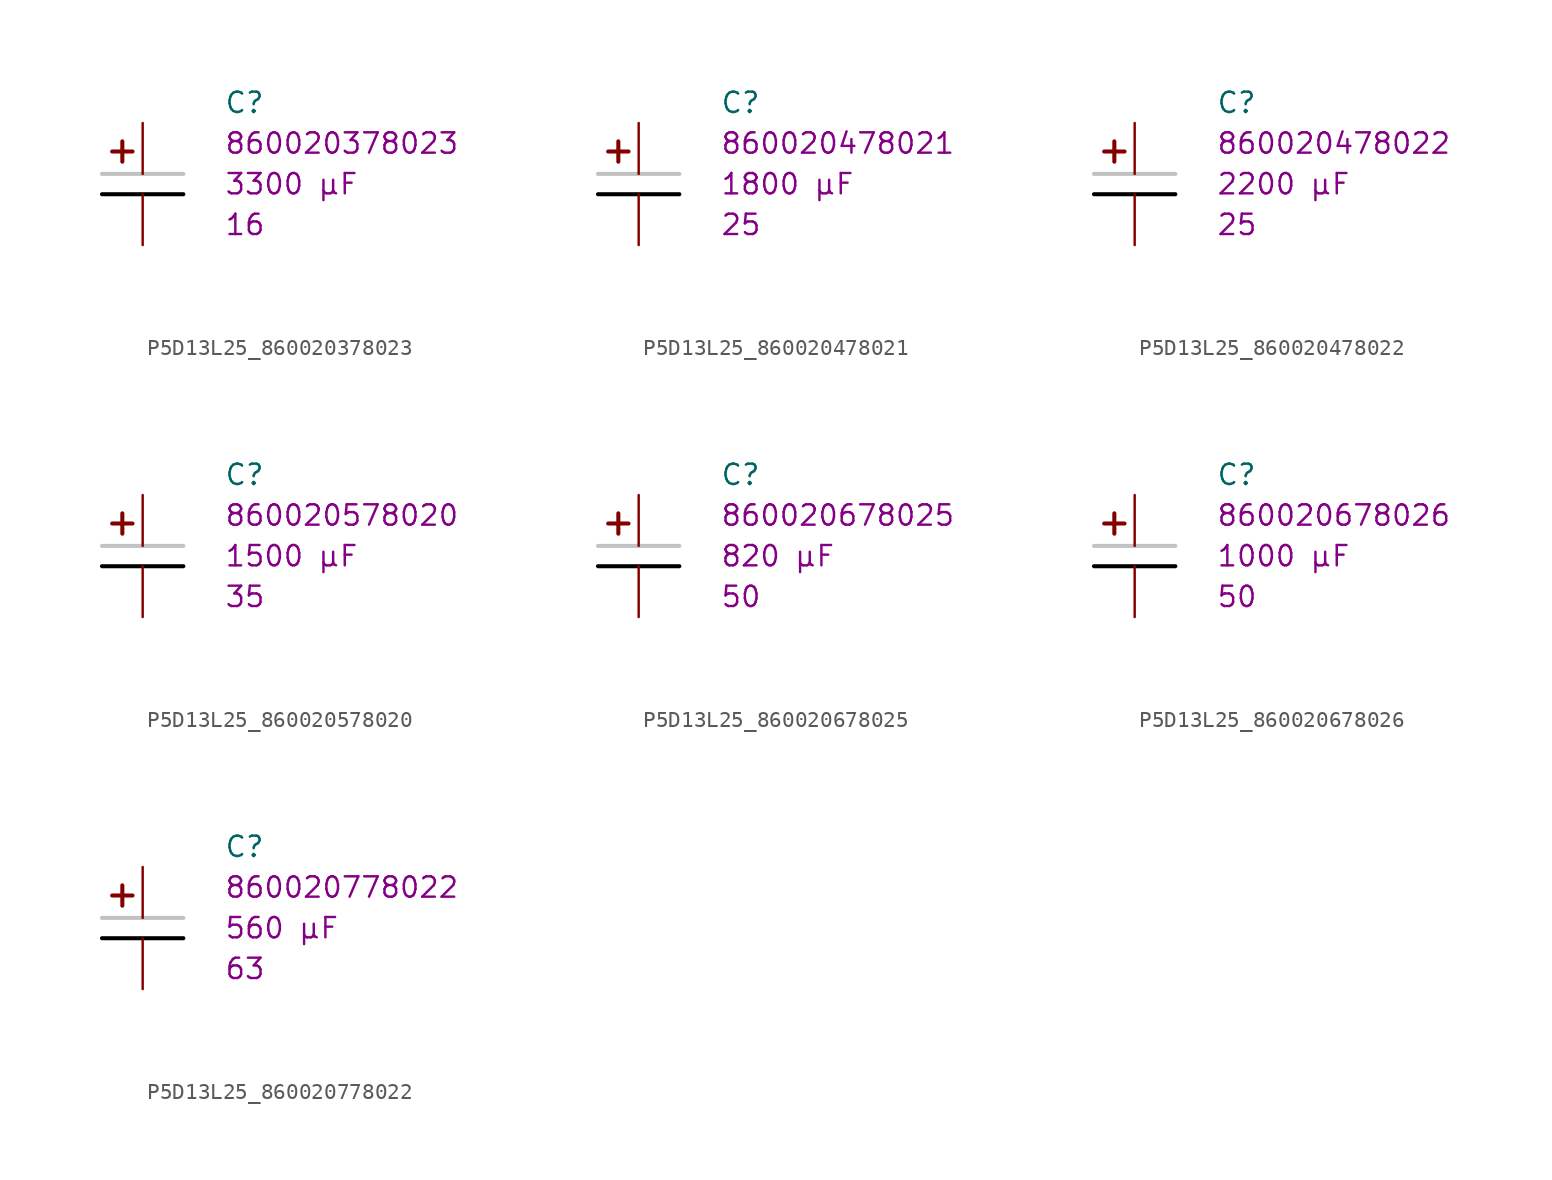
<source format=kicad_sym>
(kicad_symbol_lib
  (version 20220914)
  (generator kicad_symbol_editor)
  (symbol "P5D13L25_860020378023"
    (pin_numbers hide)
    (pin_names hide)
    (property "Reference" "C"
      (at 5.08 5.08 0)
      (effects (font (size 1.27 1.27)) (justify left)))
    (property "Part Number" "860020378023"
      (at 5.08 2.54 0)
      (effects (font (size 1.27 1.27)) (justify left)))
    (property "Capacitance" "3300 µF"
      (at 5.08 0 0)
      (effects (font (size 1.27 1.27)) (justify left)))
    (property "Voltage" "16"
      (at 5.08 -2.54 0)
      (effects (font (size 1.27 1.27)) (justify left)))
    (property "Critical Parameter" ""
      (at 0 -7.62 0)
      (effects (font (size 1.27 1.27))))
    (symbol "P5D13L25_860020378023_1_1"
      (polyline (pts (xy -1.27 2.667) (xy -1.27 1.397)) (stroke (width 0.254) (type default)) (fill (type none)))
      (polyline (pts (xy -0.635 2.032) (xy -1.905 2.032)) (stroke (width 0.254) (type default)) (fill (type none)))
      (polyline (pts (xy 2.54 -0.635) (xy -2.54 -0.635)) (stroke (width 0.254) (type default) (color 0 0 0 1)) (fill (type none)))
      (polyline (pts (xy 2.54 0.635) (xy -2.54 0.635)) (stroke (width 0.254) (type default) (color 194 194 194 1)) (fill (type none)))
      (pin passive line (at 0 3.81 270) (length 3.175) (name "1" (effects (font (size 1.27 1.27)))) (number "1" (effects (font (size 1.27 1.27)))))
      (pin passive line (at 0 -3.81 90) (length 3.175) (name "2" (effects (font (size 1.27 1.27)))) (number "2" (effects (font (size 1.27 1.27)))))))
  (symbol "P5D13L25_860020478021"
    (pin_numbers hide)
    (pin_names hide)
    (property "Reference" "C"
      (at 5.08 5.08 0)
      (effects (font (size 1.27 1.27)) (justify left)))
    (property "Part Number" "860020478021"
      (at 5.08 2.54 0)
      (effects (font (size 1.27 1.27)) (justify left)))
    (property "Capacitance" "1800 µF"
      (at 5.08 0 0)
      (effects (font (size 1.27 1.27)) (justify left)))
    (property "Voltage" "25"
      (at 5.08 -2.54 0)
      (effects (font (size 1.27 1.27)) (justify left)))
    (property "Critical Parameter" ""
      (at 0 -7.62 0)
      (effects (font (size 1.27 1.27))))
    (symbol "P5D13L25_860020478021_1_1"
      (polyline (pts (xy -1.27 2.667) (xy -1.27 1.397)) (stroke (width 0.254) (type default)) (fill (type none)))
      (polyline (pts (xy -0.635 2.032) (xy -1.905 2.032)) (stroke (width 0.254) (type default)) (fill (type none)))
      (polyline (pts (xy 2.54 -0.635) (xy -2.54 -0.635)) (stroke (width 0.254) (type default) (color 0 0 0 1)) (fill (type none)))
      (polyline (pts (xy 2.54 0.635) (xy -2.54 0.635)) (stroke (width 0.254) (type default) (color 194 194 194 1)) (fill (type none)))
      (pin passive line (at 0 3.81 270) (length 3.175) (name "1" (effects (font (size 1.27 1.27)))) (number "1" (effects (font (size 1.27 1.27)))))
      (pin passive line (at 0 -3.81 90) (length 3.175) (name "2" (effects (font (size 1.27 1.27)))) (number "2" (effects (font (size 1.27 1.27)))))))
  (symbol "P5D13L25_860020478022"
    (pin_numbers hide)
    (pin_names hide)
    (property "Reference" "C"
      (at 5.08 5.08 0)
      (effects (font (size 1.27 1.27)) (justify left)))
    (property "Part Number" "860020478022"
      (at 5.08 2.54 0)
      (effects (font (size 1.27 1.27)) (justify left)))
    (property "Capacitance" "2200 µF"
      (at 5.08 0 0)
      (effects (font (size 1.27 1.27)) (justify left)))
    (property "Voltage" "25"
      (at 5.08 -2.54 0)
      (effects (font (size 1.27 1.27)) (justify left)))
    (property "Critical Parameter" ""
      (at 0 -7.62 0)
      (effects (font (size 1.27 1.27))))
    (symbol "P5D13L25_860020478022_1_1"
      (polyline (pts (xy -1.27 2.667) (xy -1.27 1.397)) (stroke (width 0.254) (type default)) (fill (type none)))
      (polyline (pts (xy -0.635 2.032) (xy -1.905 2.032)) (stroke (width 0.254) (type default)) (fill (type none)))
      (polyline (pts (xy 2.54 -0.635) (xy -2.54 -0.635)) (stroke (width 0.254) (type default) (color 0 0 0 1)) (fill (type none)))
      (polyline (pts (xy 2.54 0.635) (xy -2.54 0.635)) (stroke (width 0.254) (type default) (color 194 194 194 1)) (fill (type none)))
      (pin passive line (at 0 3.81 270) (length 3.175) (name "1" (effects (font (size 1.27 1.27)))) (number "1" (effects (font (size 1.27 1.27)))))
      (pin passive line (at 0 -3.81 90) (length 3.175) (name "2" (effects (font (size 1.27 1.27)))) (number "2" (effects (font (size 1.27 1.27)))))))
  (symbol "P5D13L25_860020578020"
    (pin_numbers hide)
    (pin_names hide)
    (property "Reference" "C"
      (at 5.08 5.08 0)
      (effects (font (size 1.27 1.27)) (justify left)))
    (property "Part Number" "860020578020"
      (at 5.08 2.54 0)
      (effects (font (size 1.27 1.27)) (justify left)))
    (property "Capacitance" "1500 µF"
      (at 5.08 0 0)
      (effects (font (size 1.27 1.27)) (justify left)))
    (property "Voltage" "35"
      (at 5.08 -2.54 0)
      (effects (font (size 1.27 1.27)) (justify left)))
    (property "Critical Parameter" ""
      (at 0 -7.62 0)
      (effects (font (size 1.27 1.27))))
    (symbol "P5D13L25_860020578020_1_1"
      (polyline (pts (xy -1.27 2.667) (xy -1.27 1.397)) (stroke (width 0.254) (type default)) (fill (type none)))
      (polyline (pts (xy -0.635 2.032) (xy -1.905 2.032)) (stroke (width 0.254) (type default)) (fill (type none)))
      (polyline (pts (xy 2.54 -0.635) (xy -2.54 -0.635)) (stroke (width 0.254) (type default) (color 0 0 0 1)) (fill (type none)))
      (polyline (pts (xy 2.54 0.635) (xy -2.54 0.635)) (stroke (width 0.254) (type default) (color 194 194 194 1)) (fill (type none)))
      (pin passive line (at 0 3.81 270) (length 3.175) (name "1" (effects (font (size 1.27 1.27)))) (number "1" (effects (font (size 1.27 1.27)))))
      (pin passive line (at 0 -3.81 90) (length 3.175) (name "2" (effects (font (size 1.27 1.27)))) (number "2" (effects (font (size 1.27 1.27)))))))
  (symbol "P5D13L25_860020678025"
    (pin_numbers hide)
    (pin_names hide)
    (property "Reference" "C"
      (at 5.08 5.08 0)
      (effects (font (size 1.27 1.27)) (justify left)))
    (property "Part Number" "860020678025"
      (at 5.08 2.54 0)
      (effects (font (size 1.27 1.27)) (justify left)))
    (property "Capacitance" "820 µF"
      (at 5.08 0 0)
      (effects (font (size 1.27 1.27)) (justify left)))
    (property "Voltage" "50"
      (at 5.08 -2.54 0)
      (effects (font (size 1.27 1.27)) (justify left)))
    (property "Critical Parameter" ""
      (at 0 -7.62 0)
      (effects (font (size 1.27 1.27))))
    (symbol "P5D13L25_860020678025_1_1"
      (polyline (pts (xy -1.27 2.667) (xy -1.27 1.397)) (stroke (width 0.254) (type default)) (fill (type none)))
      (polyline (pts (xy -0.635 2.032) (xy -1.905 2.032)) (stroke (width 0.254) (type default)) (fill (type none)))
      (polyline (pts (xy 2.54 -0.635) (xy -2.54 -0.635)) (stroke (width 0.254) (type default) (color 0 0 0 1)) (fill (type none)))
      (polyline (pts (xy 2.54 0.635) (xy -2.54 0.635)) (stroke (width 0.254) (type default) (color 194 194 194 1)) (fill (type none)))
      (pin passive line (at 0 3.81 270) (length 3.175) (name "1" (effects (font (size 1.27 1.27)))) (number "1" (effects (font (size 1.27 1.27)))))
      (pin passive line (at 0 -3.81 90) (length 3.175) (name "2" (effects (font (size 1.27 1.27)))) (number "2" (effects (font (size 1.27 1.27)))))))
  (symbol "P5D13L25_860020678026"
    (pin_numbers hide)
    (pin_names hide)
    (property "Reference" "C"
      (at 5.08 5.08 0)
      (effects (font (size 1.27 1.27)) (justify left)))
    (property "Part Number" "860020678026"
      (at 5.08 2.54 0)
      (effects (font (size 1.27 1.27)) (justify left)))
    (property "Capacitance" "1000 µF"
      (at 5.08 0 0)
      (effects (font (size 1.27 1.27)) (justify left)))
    (property "Voltage" "50"
      (at 5.08 -2.54 0)
      (effects (font (size 1.27 1.27)) (justify left)))
    (property "Critical Parameter" ""
      (at 0 -7.62 0)
      (effects (font (size 1.27 1.27))))
    (symbol "P5D13L25_860020678026_1_1"
      (polyline (pts (xy -1.27 2.667) (xy -1.27 1.397)) (stroke (width 0.254) (type default)) (fill (type none)))
      (polyline (pts (xy -0.635 2.032) (xy -1.905 2.032)) (stroke (width 0.254) (type default)) (fill (type none)))
      (polyline (pts (xy 2.54 -0.635) (xy -2.54 -0.635)) (stroke (width 0.254) (type default) (color 0 0 0 1)) (fill (type none)))
      (polyline (pts (xy 2.54 0.635) (xy -2.54 0.635)) (stroke (width 0.254) (type default) (color 194 194 194 1)) (fill (type none)))
      (pin passive line (at 0 3.81 270) (length 3.175) (name "1" (effects (font (size 1.27 1.27)))) (number "1" (effects (font (size 1.27 1.27)))))
      (pin passive line (at 0 -3.81 90) (length 3.175) (name "2" (effects (font (size 1.27 1.27)))) (number "2" (effects (font (size 1.27 1.27)))))))
  (symbol "P5D13L25_860020778022"
    (pin_numbers hide)
    (pin_names hide)
    (property "Reference" "C"
      (at 5.08 5.08 0)
      (effects (font (size 1.27 1.27)) (justify left)))
    (property "Part Number" "860020778022"
      (at 5.08 2.54 0)
      (effects (font (size 1.27 1.27)) (justify left)))
    (property "Capacitance" "560 µF"
      (at 5.08 0 0)
      (effects (font (size 1.27 1.27)) (justify left)))
    (property "Voltage" "63"
      (at 5.08 -2.54 0)
      (effects (font (size 1.27 1.27)) (justify left)))
    (property "Critical Parameter" ""
      (at 0 -7.62 0)
      (effects (font (size 1.27 1.27))))
    (symbol "P5D13L25_860020778022_1_1"
      (polyline (pts (xy -1.27 2.667) (xy -1.27 1.397)) (stroke (width 0.254) (type default)) (fill (type none)))
      (polyline (pts (xy -0.635 2.032) (xy -1.905 2.032)) (stroke (width 0.254) (type default)) (fill (type none)))
      (polyline (pts (xy 2.54 -0.635) (xy -2.54 -0.635)) (stroke (width 0.254) (type default) (color 0 0 0 1)) (fill (type none)))
      (polyline (pts (xy 2.54 0.635) (xy -2.54 0.635)) (stroke (width 0.254) (type default) (color 194 194 194 1)) (fill (type none)))
      (pin passive line (at 0 3.81 270) (length 3.175) (name "1" (effects (font (size 1.27 1.27)))) (number "1" (effects (font (size 1.27 1.27)))))
      (pin passive line (at 0 -3.81 90) (length 3.175) (name "2" (effects (font (size 1.27 1.27)))) (number "2" (effects (font (size 1.27 1.27))))))))
</source>
